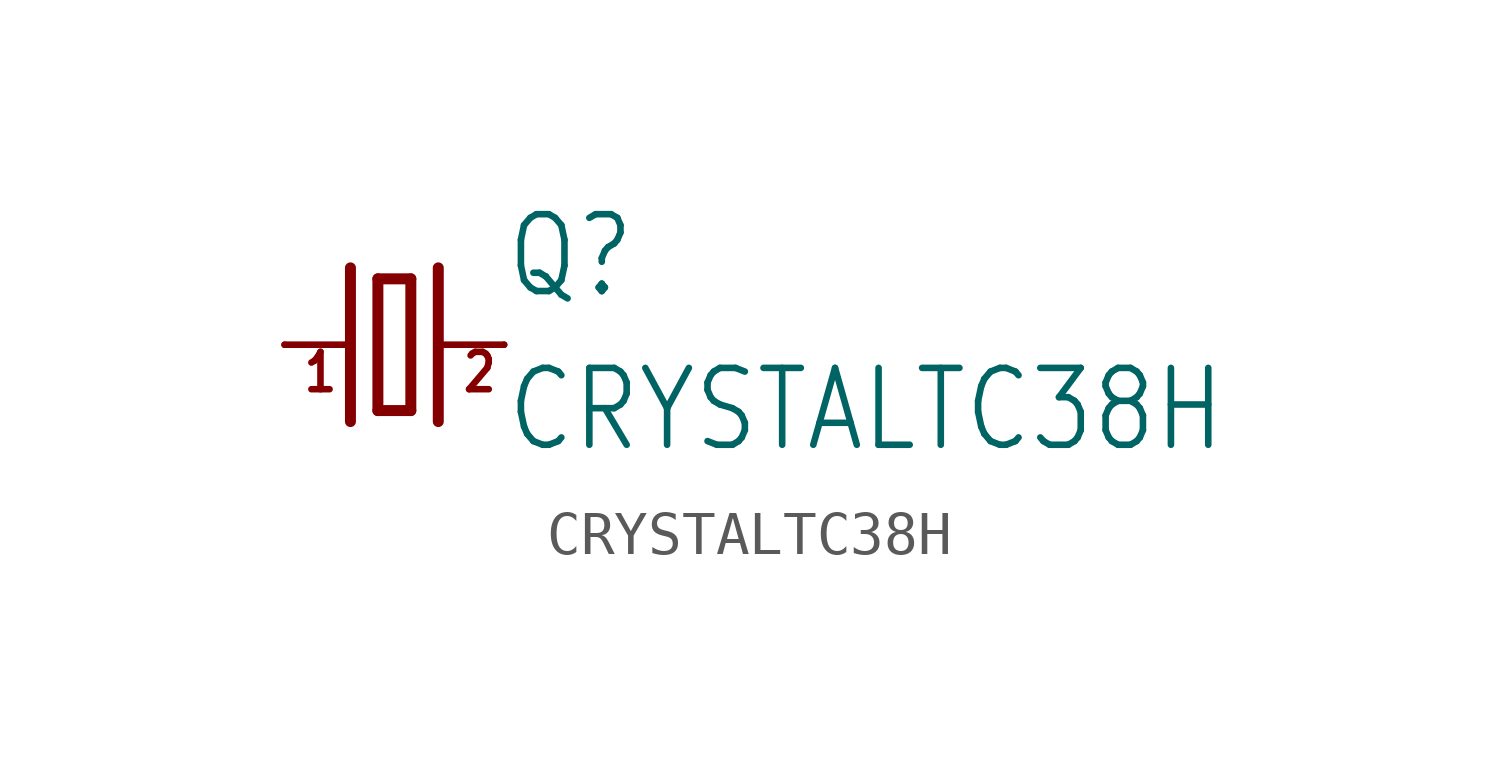
<source format=kicad_sym>
(kicad_symbol_lib
  (version 20220914)
  (generator kicad_symbol_editor)
  (symbol "CRYSTALTC38H"
    (property "Reference" "Q"
      (at 2.54 1.016 0)
      (effects (font (size 1.778 1.511)) (justify left bottom)))
    (property "Value" "CRYSTALTC38H"
      (at 2.54 -2.54 0)
      (effects (font (size 1.778 1.511)) (justify left bottom)))
    (property "ki_locked" ""
      (at 0 0 0)
      (effects (font (size 1.27 1.27))))
    (symbol "CRYSTALTC38H_1_0"
      (polyline (pts (xy -2.54 0) (xy -1.016 0)) (stroke (width 0.152) (type default)) (fill (type none)))
      (polyline (pts (xy -1.016 1.778) (xy -1.016 -1.778)) (stroke (width 0.254) (type default)) (fill (type none)))
      (polyline (pts (xy -0.381 -1.524) (xy 0.381 -1.524)) (stroke (width 0.254) (type default)) (fill (type none)))
      (polyline (pts (xy -0.381 1.524) (xy -0.381 -1.524)) (stroke (width 0.254) (type default)) (fill (type none)))
      (polyline (pts (xy 0.381 -1.524) (xy 0.381 1.524)) (stroke (width 0.254) (type default)) (fill (type none)))
      (polyline (pts (xy 0.381 1.524) (xy -0.381 1.524)) (stroke (width 0.254) (type default)) (fill (type none)))
      (polyline (pts (xy 1.016 0) (xy 2.54 0)) (stroke (width 0.152) (type default)) (fill (type none)))
      (polyline (pts (xy 1.016 1.778) (xy 1.016 -1.778)) (stroke (width 0.254) (type default)) (fill (type none)))
      (text "1" (at -2.159 -1.143 0) (effects (font (size 0.864 0.734)) (justify left bottom)))
      (text "2" (at 1.524 -1.143 0) (effects (font (size 0.864 0.734)) (justify left bottom)))
      (pin passive line (at -2.54 0 0) (length 0) (name "1" (effects (font (size 0 0)))) (number "1" (effects (font (size 0 0)))))
      (pin passive line (at 2.54 0 180) (length 0) (name "2" (effects (font (size 0 0)))) (number "2" (effects (font (size 0 0))))))))
</source>
